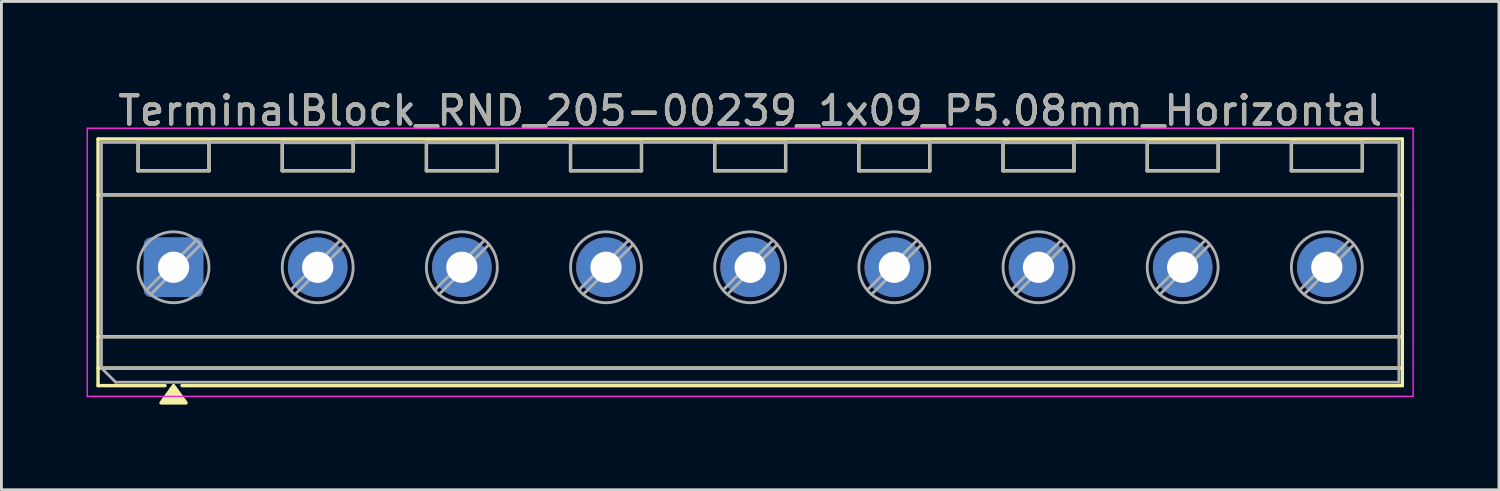
<source format=kicad_pcb>
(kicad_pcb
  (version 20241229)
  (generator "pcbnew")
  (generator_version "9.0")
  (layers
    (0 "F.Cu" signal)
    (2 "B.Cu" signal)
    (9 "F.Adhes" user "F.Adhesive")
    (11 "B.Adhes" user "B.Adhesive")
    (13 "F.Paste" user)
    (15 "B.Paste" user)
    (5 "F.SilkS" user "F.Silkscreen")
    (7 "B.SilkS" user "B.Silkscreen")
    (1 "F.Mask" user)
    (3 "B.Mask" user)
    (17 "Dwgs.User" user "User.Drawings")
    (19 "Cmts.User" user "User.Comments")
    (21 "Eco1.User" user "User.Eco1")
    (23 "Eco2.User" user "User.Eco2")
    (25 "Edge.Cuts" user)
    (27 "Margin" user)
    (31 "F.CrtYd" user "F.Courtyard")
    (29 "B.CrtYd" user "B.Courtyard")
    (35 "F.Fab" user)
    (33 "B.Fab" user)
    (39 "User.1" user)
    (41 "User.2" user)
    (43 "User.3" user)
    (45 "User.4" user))
  (footprint "TerminalBlock_RND_205-00239_1x09_P5.08mm_Horizontal"
    (layer "F.Cu")
    (at 3.065 6.368)
    (property "Reference" "TerminalBlock_RND_205-00239_1x09_P5.08mm_Horizontal" (at 20.32 -5.52 0) (layer "F.SilkS") (effects (font (size 1 1) (thickness 0.15))))
    (attr through_hole)
    (fp_line (start -2.66 -4.52) (end -2.66 4.17) (stroke (width 0.12) (type solid)) (layer "F.SilkS"))
    (fp_line (start -2.66 -4.52) (end 43.3 -4.52) (stroke (width 0.12) (type solid)) (layer "F.SilkS"))
    (fp_line (start -2.66 -2.55) (end 43.3 -2.55) (stroke (width 0.12) (type solid)) (layer "F.SilkS"))
    (fp_line (start -2.66 2.45) (end 43.3 2.45) (stroke (width 0.12) (type solid)) (layer "F.SilkS"))
    (fp_line (start -2.66 3.55) (end 43.3 3.55) (stroke (width 0.12) (type solid)) (layer "F.SilkS"))
    (fp_line (start -2.66 4.17) (end -0.3 4.17) (stroke (width 0.12) (type solid)) (layer "F.SilkS"))
    (fp_line (start -1.25 -4.4) (end -1.25 -3.4) (stroke (width 0.12) (type solid)) (layer "F.SilkS"))
    (fp_line (start -1.25 -4.4) (end 1.25 -4.4) (stroke (width 0.12) (type solid)) (layer "F.SilkS"))
    (fp_line (start -1.25 -3.4) (end 1.25 -3.4) (stroke (width 0.12) (type solid)) (layer "F.SilkS"))
    (fp_line (start 0.3 4.17) (end 43.3 4.17) (stroke (width 0.12) (type solid)) (layer "F.SilkS"))
    (fp_line (start 1.25 -4.4) (end 1.25 -3.4) (stroke (width 0.12) (type solid)) (layer "F.SilkS"))
    (fp_line (start 3.83 -4.4) (end 3.83 -3.4) (stroke (width 0.12) (type solid)) (layer "F.SilkS"))
    (fp_line (start 3.83 -4.4) (end 6.33 -4.4) (stroke (width 0.12) (type solid)) (layer "F.SilkS"))
    (fp_line (start 3.83 -3.4) (end 6.33 -3.4) (stroke (width 0.12) (type solid)) (layer "F.SilkS"))
    (fp_line (start 6.33 -4.4) (end 6.33 -3.4) (stroke (width 0.12) (type solid)) (layer "F.SilkS"))
    (fp_line (start 8.91 -4.4) (end 8.91 -3.4) (stroke (width 0.12) (type solid)) (layer "F.SilkS"))
    (fp_line (start 8.91 -4.4) (end 11.41 -4.4) (stroke (width 0.12) (type solid)) (layer "F.SilkS"))
    (fp_line (start 8.91 -3.4) (end 11.41 -3.4) (stroke (width 0.12) (type solid)) (layer "F.SilkS"))
    (fp_line (start 11.41 -4.4) (end 11.41 -3.4) (stroke (width 0.12) (type solid)) (layer "F.SilkS"))
    (fp_line (start 13.99 -4.4) (end 13.99 -3.4) (stroke (width 0.12) (type solid)) (layer "F.SilkS"))
    (fp_line (start 13.99 -4.4) (end 16.49 -4.4) (stroke (width 0.12) (type solid)) (layer "F.SilkS"))
    (fp_line (start 13.99 -3.4) (end 16.49 -3.4) (stroke (width 0.12) (type solid)) (layer "F.SilkS"))
    (fp_line (start 16.49 -4.4) (end 16.49 -3.4) (stroke (width 0.12) (type solid)) (layer "F.SilkS"))
    (fp_line (start 19.07 -4.4) (end 19.07 -3.4) (stroke (width 0.12) (type solid)) (layer "F.SilkS"))
    (fp_line (start 19.07 -4.4) (end 21.57 -4.4) (stroke (width 0.12) (type solid)) (layer "F.SilkS"))
    (fp_line (start 19.07 -3.4) (end 21.57 -3.4) (stroke (width 0.12) (type solid)) (layer "F.SilkS"))
    (fp_line (start 21.57 -4.4) (end 21.57 -3.4) (stroke (width 0.12) (type solid)) (layer "F.SilkS"))
    (fp_line (start 24.15 -4.4) (end 24.15 -3.4) (stroke (width 0.12) (type solid)) (layer "F.SilkS"))
    (fp_line (start 24.15 -4.4) (end 26.65 -4.4) (stroke (width 0.12) (type solid)) (layer "F.SilkS"))
    (fp_line (start 24.15 -3.4) (end 26.65 -3.4) (stroke (width 0.12) (type solid)) (layer "F.SilkS"))
    (fp_line (start 26.65 -4.4) (end 26.65 -3.4) (stroke (width 0.12) (type solid)) (layer "F.SilkS"))
    (fp_line (start 29.23 -4.4) (end 29.23 -3.4) (stroke (width 0.12) (type solid)) (layer "F.SilkS"))
    (fp_line (start 29.23 -4.4) (end 31.73 -4.4) (stroke (width 0.12) (type solid)) (layer "F.SilkS"))
    (fp_line (start 29.23 -3.4) (end 31.73 -3.4) (stroke (width 0.12) (type solid)) (layer "F.SilkS"))
    (fp_line (start 31.73 -4.4) (end 31.73 -3.4) (stroke (width 0.12) (type solid)) (layer "F.SilkS"))
    (fp_line (start 34.31 -4.4) (end 34.31 -3.4) (stroke (width 0.12) (type solid)) (layer "F.SilkS"))
    (fp_line (start 34.31 -4.4) (end 36.81 -4.4) (stroke (width 0.12) (type solid)) (layer "F.SilkS"))
    (fp_line (start 34.31 -3.4) (end 36.81 -3.4) (stroke (width 0.12) (type solid)) (layer "F.SilkS"))
    (fp_line (start 36.81 -4.4) (end 36.81 -3.4) (stroke (width 0.12) (type solid)) (layer "F.SilkS"))
    (fp_line (start 39.39 -4.4) (end 39.39 -3.4) (stroke (width 0.12) (type solid)) (layer "F.SilkS"))
    (fp_line (start 39.39 -4.4) (end 41.89 -4.4) (stroke (width 0.12) (type solid)) (layer "F.SilkS"))
    (fp_line (start 39.39 -3.4) (end 41.89 -3.4) (stroke (width 0.12) (type solid)) (layer "F.SilkS"))
    (fp_line (start 41.89 -4.4) (end 41.89 -3.4) (stroke (width 0.12) (type solid)) (layer "F.SilkS"))
    (fp_line (start 43.3 -4.52) (end 43.3 4.17) (stroke (width 0.12) (type solid)) (layer "F.SilkS"))
    (fp_poly (pts (xy 0 4.17) (xy 0.44 4.78) (xy -0.44 4.78)) (stroke (width 0.12) (type solid)) (fill yes) (layer "F.SilkS"))
    (fp_line (start -3.04 -4.9) (end -3.04 4.55) (stroke (width 0.05) (type solid)) (layer "F.CrtYd"))
    (fp_line (start -3.04 4.55) (end 43.68 4.55) (stroke (width 0.05) (type solid)) (layer "F.CrtYd"))
    (fp_line (start 43.68 -4.9) (end -3.04 -4.9) (stroke (width 0.05) (type solid)) (layer "F.CrtYd"))
    (fp_line (start 43.68 4.55) (end 43.68 -4.9) (stroke (width 0.05) (type solid)) (layer "F.CrtYd"))
    (fp_line (start -2.54 -4.4) (end 43.18 -4.4) (stroke (width 0.1) (type solid)) (layer "F.Fab"))
    (fp_line (start -2.54 -2.55) (end 43.18 -2.55) (stroke (width 0.1) (type solid)) (layer "F.Fab"))
    (fp_line (start -2.54 2.45) (end 43.18 2.45) (stroke (width 0.1) (type solid)) (layer "F.Fab"))
    (fp_line (start -2.54 3.55) (end -2.54 -4.4) (stroke (width 0.1) (type solid)) (layer "F.Fab"))
    (fp_line (start -2.54 3.55) (end 43.18 3.55) (stroke (width 0.1) (type solid)) (layer "F.Fab"))
    (fp_line (start -2.04 4.05) (end -2.54 3.55) (stroke (width 0.1) (type solid)) (layer "F.Fab"))
    (fp_line (start -1.25 -4.4) (end -1.25 -3.4) (stroke (width 0.1) (type solid)) (layer "F.Fab"))
    (fp_line (start -1.25 -3.4) (end 1.25 -3.4) (stroke (width 0.1) (type solid)) (layer "F.Fab"))
    (fp_line (start 0.795 -0.948) (end -0.948 0.795) (stroke (width 0.1) (type solid)) (layer "F.Fab"))
    (fp_line (start 0.948 -0.795) (end -0.795 0.948) (stroke (width 0.1) (type solid)) (layer "F.Fab"))
    (fp_line (start 1.25 -4.4) (end -1.25 -4.4) (stroke (width 0.1) (type solid)) (layer "F.Fab"))
    (fp_line (start 1.25 -3.4) (end 1.25 -4.4) (stroke (width 0.1) (type solid)) (layer "F.Fab"))
    (fp_line (start 3.83 -4.4) (end 3.83 -3.4) (stroke (width 0.1) (type solid)) (layer "F.Fab"))
    (fp_line (start 3.83 -3.4) (end 6.33 -3.4) (stroke (width 0.1) (type solid)) (layer "F.Fab"))
    (fp_line (start 5.875 -0.948) (end 4.132 0.795) (stroke (width 0.1) (type solid)) (layer "F.Fab"))
    (fp_line (start 6.028 -0.795) (end 4.285 0.948) (stroke (width 0.1) (type solid)) (layer "F.Fab"))
    (fp_line (start 6.33 -4.4) (end 3.83 -4.4) (stroke (width 0.1) (type solid)) (layer "F.Fab"))
    (fp_line (start 6.33 -3.4) (end 6.33 -4.4) (stroke (width 0.1) (type solid)) (layer "F.Fab"))
    (fp_line (start 8.91 -4.4) (end 8.91 -3.4) (stroke (width 0.1) (type solid)) (layer "F.Fab"))
    (fp_line (start 8.91 -3.4) (end 11.41 -3.4) (stroke (width 0.1) (type solid)) (layer "F.Fab"))
    (fp_line (start 10.955 -0.948) (end 9.212 0.795) (stroke (width 0.1) (type solid)) (layer "F.Fab"))
    (fp_line (start 11.108 -0.795) (end 9.365 0.948) (stroke (width 0.1) (type solid)) (layer "F.Fab"))
    (fp_line (start 11.41 -4.4) (end 8.91 -4.4) (stroke (width 0.1) (type solid)) (layer "F.Fab"))
    (fp_line (start 11.41 -3.4) (end 11.41 -4.4) (stroke (width 0.1) (type solid)) (layer "F.Fab"))
    (fp_line (start 13.99 -4.4) (end 13.99 -3.4) (stroke (width 0.1) (type solid)) (layer "F.Fab"))
    (fp_line (start 13.99 -3.4) (end 16.49 -3.4) (stroke (width 0.1) (type solid)) (layer "F.Fab"))
    (fp_line (start 16.035 -0.948) (end 14.292 0.795) (stroke (width 0.1) (type solid)) (layer "F.Fab"))
    (fp_line (start 16.188 -0.795) (end 14.445 0.948) (stroke (width 0.1) (type solid)) (layer "F.Fab"))
    (fp_line (start 16.49 -4.4) (end 13.99 -4.4) (stroke (width 0.1) (type solid)) (layer "F.Fab"))
    (fp_line (start 16.49 -3.4) (end 16.49 -4.4) (stroke (width 0.1) (type solid)) (layer "F.Fab"))
    (fp_line (start 19.07 -4.4) (end 19.07 -3.4) (stroke (width 0.1) (type solid)) (layer "F.Fab"))
    (fp_line (start 19.07 -3.4) (end 21.57 -3.4) (stroke (width 0.1) (type solid)) (layer "F.Fab"))
    (fp_line (start 21.115 -0.948) (end 19.372 0.795) (stroke (width 0.1) (type solid)) (layer "F.Fab"))
    (fp_line (start 21.268 -0.795) (end 19.525 0.948) (stroke (width 0.1) (type solid)) (layer "F.Fab"))
    (fp_line (start 21.57 -4.4) (end 19.07 -4.4) (stroke (width 0.1) (type solid)) (layer "F.Fab"))
    (fp_line (start 21.57 -3.4) (end 21.57 -4.4) (stroke (width 0.1) (type solid)) (layer "F.Fab"))
    (fp_line (start 24.15 -4.4) (end 24.15 -3.4) (stroke (width 0.1) (type solid)) (layer "F.Fab"))
    (fp_line (start 24.15 -3.4) (end 26.65 -3.4) (stroke (width 0.1) (type solid)) (layer "F.Fab"))
    (fp_line (start 26.195 -0.948) (end 24.452 0.795) (stroke (width 0.1) (type solid)) (layer "F.Fab"))
    (fp_line (start 26.348 -0.795) (end 24.605 0.948) (stroke (width 0.1) (type solid)) (layer "F.Fab"))
    (fp_line (start 26.65 -4.4) (end 24.15 -4.4) (stroke (width 0.1) (type solid)) (layer "F.Fab"))
    (fp_line (start 26.65 -3.4) (end 26.65 -4.4) (stroke (width 0.1) (type solid)) (layer "F.Fab"))
    (fp_line (start 29.23 -4.4) (end 29.23 -3.4) (stroke (width 0.1) (type solid)) (layer "F.Fab"))
    (fp_line (start 29.23 -3.4) (end 31.73 -3.4) (stroke (width 0.1) (type solid)) (layer "F.Fab"))
    (fp_line (start 31.275 -0.948) (end 29.532 0.795) (stroke (width 0.1) (type solid)) (layer "F.Fab"))
    (fp_line (start 31.428 -0.795) (end 29.685 0.948) (stroke (width 0.1) (type solid)) (layer "F.Fab"))
    (fp_line (start 31.73 -4.4) (end 29.23 -4.4) (stroke (width 0.1) (type solid)) (layer "F.Fab"))
    (fp_line (start 31.73 -3.4) (end 31.73 -4.4) (stroke (width 0.1) (type solid)) (layer "F.Fab"))
    (fp_line (start 34.31 -4.4) (end 34.31 -3.4) (stroke (width 0.1) (type solid)) (layer "F.Fab"))
    (fp_line (start 34.31 -3.4) (end 36.81 -3.4) (stroke (width 0.1) (type solid)) (layer "F.Fab"))
    (fp_line (start 36.355 -0.948) (end 34.612 0.795) (stroke (width 0.1) (type solid)) (layer "F.Fab"))
    (fp_line (start 36.508 -0.795) (end 34.765 0.948) (stroke (width 0.1) (type solid)) (layer "F.Fab"))
    (fp_line (start 36.81 -4.4) (end 34.31 -4.4) (stroke (width 0.1) (type solid)) (layer "F.Fab"))
    (fp_line (start 36.81 -3.4) (end 36.81 -4.4) (stroke (width 0.1) (type solid)) (layer "F.Fab"))
    (fp_line (start 39.39 -4.4) (end 39.39 -3.4) (stroke (width 0.1) (type solid)) (layer "F.Fab"))
    (fp_line (start 39.39 -3.4) (end 41.89 -3.4) (stroke (width 0.1) (type solid)) (layer "F.Fab"))
    (fp_line (start 41.435 -0.948) (end 39.692 0.795) (stroke (width 0.1) (type solid)) (layer "F.Fab"))
    (fp_line (start 41.588 -0.795) (end 39.845 0.948) (stroke (width 0.1) (type solid)) (layer "F.Fab"))
    (fp_line (start 41.89 -4.4) (end 39.39 -4.4) (stroke (width 0.1) (type solid)) (layer "F.Fab"))
    (fp_line (start 41.89 -3.4) (end 41.89 -4.4) (stroke (width 0.1) (type solid)) (layer "F.Fab"))
    (fp_line (start 43.18 -4.4) (end 43.18 4.05) (stroke (width 0.1) (type solid)) (layer "F.Fab"))
    (fp_line (start 43.18 4.05) (end -2.04 4.05) (stroke (width 0.1) (type solid)) (layer "F.Fab"))
    (fp_circle (center 0 0) (end 1.25 0) (stroke (width 0.1) (type solid)) (fill no) (layer "F.Fab"))
    (fp_circle (center 5.08 0) (end 6.33 0) (stroke (width 0.1) (type solid)) (fill no) (layer "F.Fab"))
    (fp_circle (center 10.16 0) (end 11.41 0) (stroke (width 0.1) (type solid)) (fill no) (layer "F.Fab"))
    (fp_circle (center 15.24 0) (end 16.49 0) (stroke (width 0.1) (type solid)) (fill no) (layer "F.Fab"))
    (fp_circle (center 20.32 0) (end 21.57 0) (stroke (width 0.1) (type solid)) (fill no) (layer "F.Fab"))
    (fp_circle (center 25.4 0) (end 26.65 0) (stroke (width 0.1) (type solid)) (fill no) (layer "F.Fab"))
    (fp_circle (center 30.48 0) (end 31.73 0) (stroke (width 0.1) (type solid)) (fill no) (layer "F.Fab"))
    (fp_circle (center 35.56 0) (end 36.81 0) (stroke (width 0.1) (type solid)) (fill no) (layer "F.Fab"))
    (fp_circle (center 40.64 0) (end 41.89 0) (stroke (width 0.1) (type solid)) (fill no) (layer "F.Fab"))
    (fp_text user "${REFERENCE}" (at 20.32 -5.52 0) (layer "F.Fab") (effects (font (size 1 1) (thickness 0.15))))
    (pad "1" thru_hole roundrect (at 0 0) (size 2.1 2.1) (drill 1.1) (layers "*.Cu" "*.Mask") (roundrect_rratio 0.119))
    (pad "2" thru_hole circle (at 5.08 0) (size 2.1 2.1) (drill 1.1) (layers "*.Cu" "*.Mask"))
    (pad "3" thru_hole circle (at 10.16 0) (size 2.1 2.1) (drill 1.1) (layers "*.Cu" "*.Mask"))
    (pad "4" thru_hole circle (at 15.24 0) (size 2.1 2.1) (drill 1.1) (layers "*.Cu" "*.Mask"))
    (pad "5" thru_hole circle (at 20.32 0) (size 2.1 2.1) (drill 1.1) (layers "*.Cu" "*.Mask"))
    (pad "6" thru_hole circle (at 25.4 0) (size 2.1 2.1) (drill 1.1) (layers "*.Cu" "*.Mask"))
    (pad "7" thru_hole circle (at 30.48 0) (size 2.1 2.1) (drill 1.1) (layers "*.Cu" "*.Mask"))
    (pad "8" thru_hole circle (at 35.56 0) (size 2.1 2.1) (drill 1.1) (layers "*.Cu" "*.Mask"))
    (pad "9" thru_hole circle (at 40.64 0) (size 2.1 2.1) (drill 1.1) (layers "*.Cu" "*.Mask")))
  (gr_rect
    (start -3 -3)
    (end 49.77 14.208)
    (stroke (width 0.1) (type default))
    (fill no)
    (layer "Edge.Cuts")))
</source>
